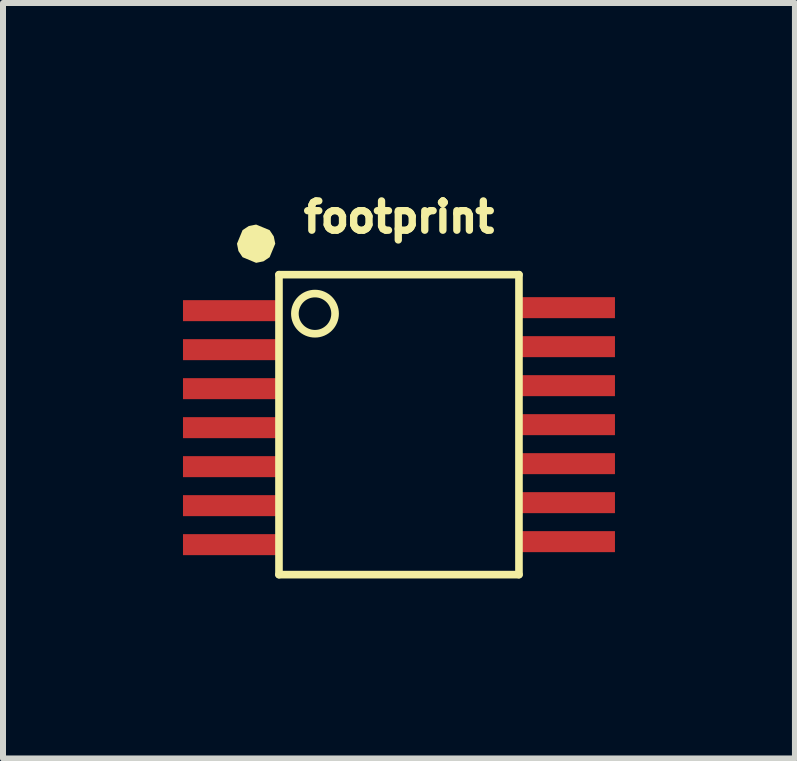
<source format=kicad_pcb>
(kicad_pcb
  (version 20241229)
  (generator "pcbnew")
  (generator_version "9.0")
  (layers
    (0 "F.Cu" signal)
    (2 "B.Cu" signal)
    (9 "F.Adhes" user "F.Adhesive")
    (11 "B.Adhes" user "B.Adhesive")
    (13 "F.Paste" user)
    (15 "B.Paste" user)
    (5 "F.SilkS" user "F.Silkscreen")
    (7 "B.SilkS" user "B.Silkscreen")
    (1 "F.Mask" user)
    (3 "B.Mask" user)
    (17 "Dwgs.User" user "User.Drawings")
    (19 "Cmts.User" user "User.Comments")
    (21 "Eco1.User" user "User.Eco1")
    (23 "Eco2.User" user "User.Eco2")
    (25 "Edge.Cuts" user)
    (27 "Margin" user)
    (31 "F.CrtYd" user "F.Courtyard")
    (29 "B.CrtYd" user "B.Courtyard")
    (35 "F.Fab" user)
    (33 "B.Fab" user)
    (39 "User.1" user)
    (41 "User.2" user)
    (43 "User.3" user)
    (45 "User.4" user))
  (footprint "footprint"
    (layer "F.Cu")
    (at 3.6 4.028)
    (property "Reference" "footprint" (at 0 -3.175 0) (layer "F.SilkS") (effects (font (size 0.488 0.488) (thickness 0.122)) (justify bottom)))
    (fp_line (start -2 -2.5) (end -2 2.5) (stroke (width 0.127) (type solid)) (layer "F.SilkS"))
    (fp_line (start -2 2.5) (end 2 2.5) (stroke (width 0.127) (type solid)) (layer "F.SilkS"))
    (fp_line (start 2 -2.5) (end -2 -2.5) (stroke (width 0.127) (type solid)) (layer "F.SilkS"))
    (fp_line (start 2 2.5) (end 2 -2.5) (stroke (width 0.127) (type solid)) (layer "F.SilkS"))
    (fp_circle (center -1.4 -1.85) (end -1.065 -1.85) (stroke (width 0.127) (type solid)) (fill no) (layer "F.SilkS"))
    (fp_poly (pts (xy -2.156 -3.242) (xy -2.087 -3.138) (xy -2.062 -3.016) (xy -2.156 -2.791) (xy -2.259 -2.722) (xy -2.381 -2.697) (xy -2.607 -2.791) (xy -2.676 -2.894) (xy -2.7 -3.016) (xy -2.607 -3.242) (xy -2.503 -3.311) (xy -2.381 -3.335)) (stroke (width 0) (type solid)) (fill yes) (layer "F.SilkS"))
    (pad "1" smd rect (at -2.8 -1.9) (size 1.6 0.35) (layers "F.Cu" "F.Mask" "F.Paste"))
    (pad "2" smd rect (at -2.8 -1.25) (size 1.6 0.35) (layers "F.Cu" "F.Mask" "F.Paste"))
    (pad "3" smd rect (at -2.8 -0.6) (size 1.6 0.35) (layers "F.Cu" "F.Mask" "F.Paste"))
    (pad "4" smd rect (at -2.8 0.05) (size 1.6 0.35) (layers "F.Cu" "F.Mask" "F.Paste"))
    (pad "5" smd rect (at -2.8 0.7) (size 1.6 0.35) (layers "F.Cu" "F.Mask" "F.Paste"))
    (pad "6" smd rect (at -2.8 1.35) (size 1.6 0.35) (layers "F.Cu" "F.Mask" "F.Paste"))
    (pad "7" smd rect (at -2.8 2) (size 1.6 0.35) (layers "F.Cu" "F.Mask" "F.Paste"))
    (pad "8" smd rect (at 2.8 1.95) (size 1.6 0.35) (layers "F.Cu" "F.Mask" "F.Paste"))
    (pad "9" smd rect (at 2.8 1.3) (size 1.6 0.35) (layers "F.Cu" "F.Mask" "F.Paste"))
    (pad "10" smd rect (at 2.8 0.65) (size 1.6 0.35) (layers "F.Cu" "F.Mask" "F.Paste"))
    (pad "11" smd rect (at 2.8 0) (size 1.6 0.35) (layers "F.Cu" "F.Mask" "F.Paste"))
    (pad "12" smd rect (at 2.8 -0.65) (size 1.6 0.35) (layers "F.Cu" "F.Mask" "F.Paste"))
    (pad "13" smd rect (at 2.8 -1.3) (size 1.6 0.35) (layers "F.Cu" "F.Mask" "F.Paste"))
    (pad "14" smd rect (at 2.8 -1.95) (size 1.6 0.35) (layers "F.Cu" "F.Mask" "F.Paste")))
  (gr_rect
    (start -3 -3)
    (end 10.2 9.592)
    (stroke (width 0.1) (type default))
    (fill no)
    (layer "Edge.Cuts")))
</source>
